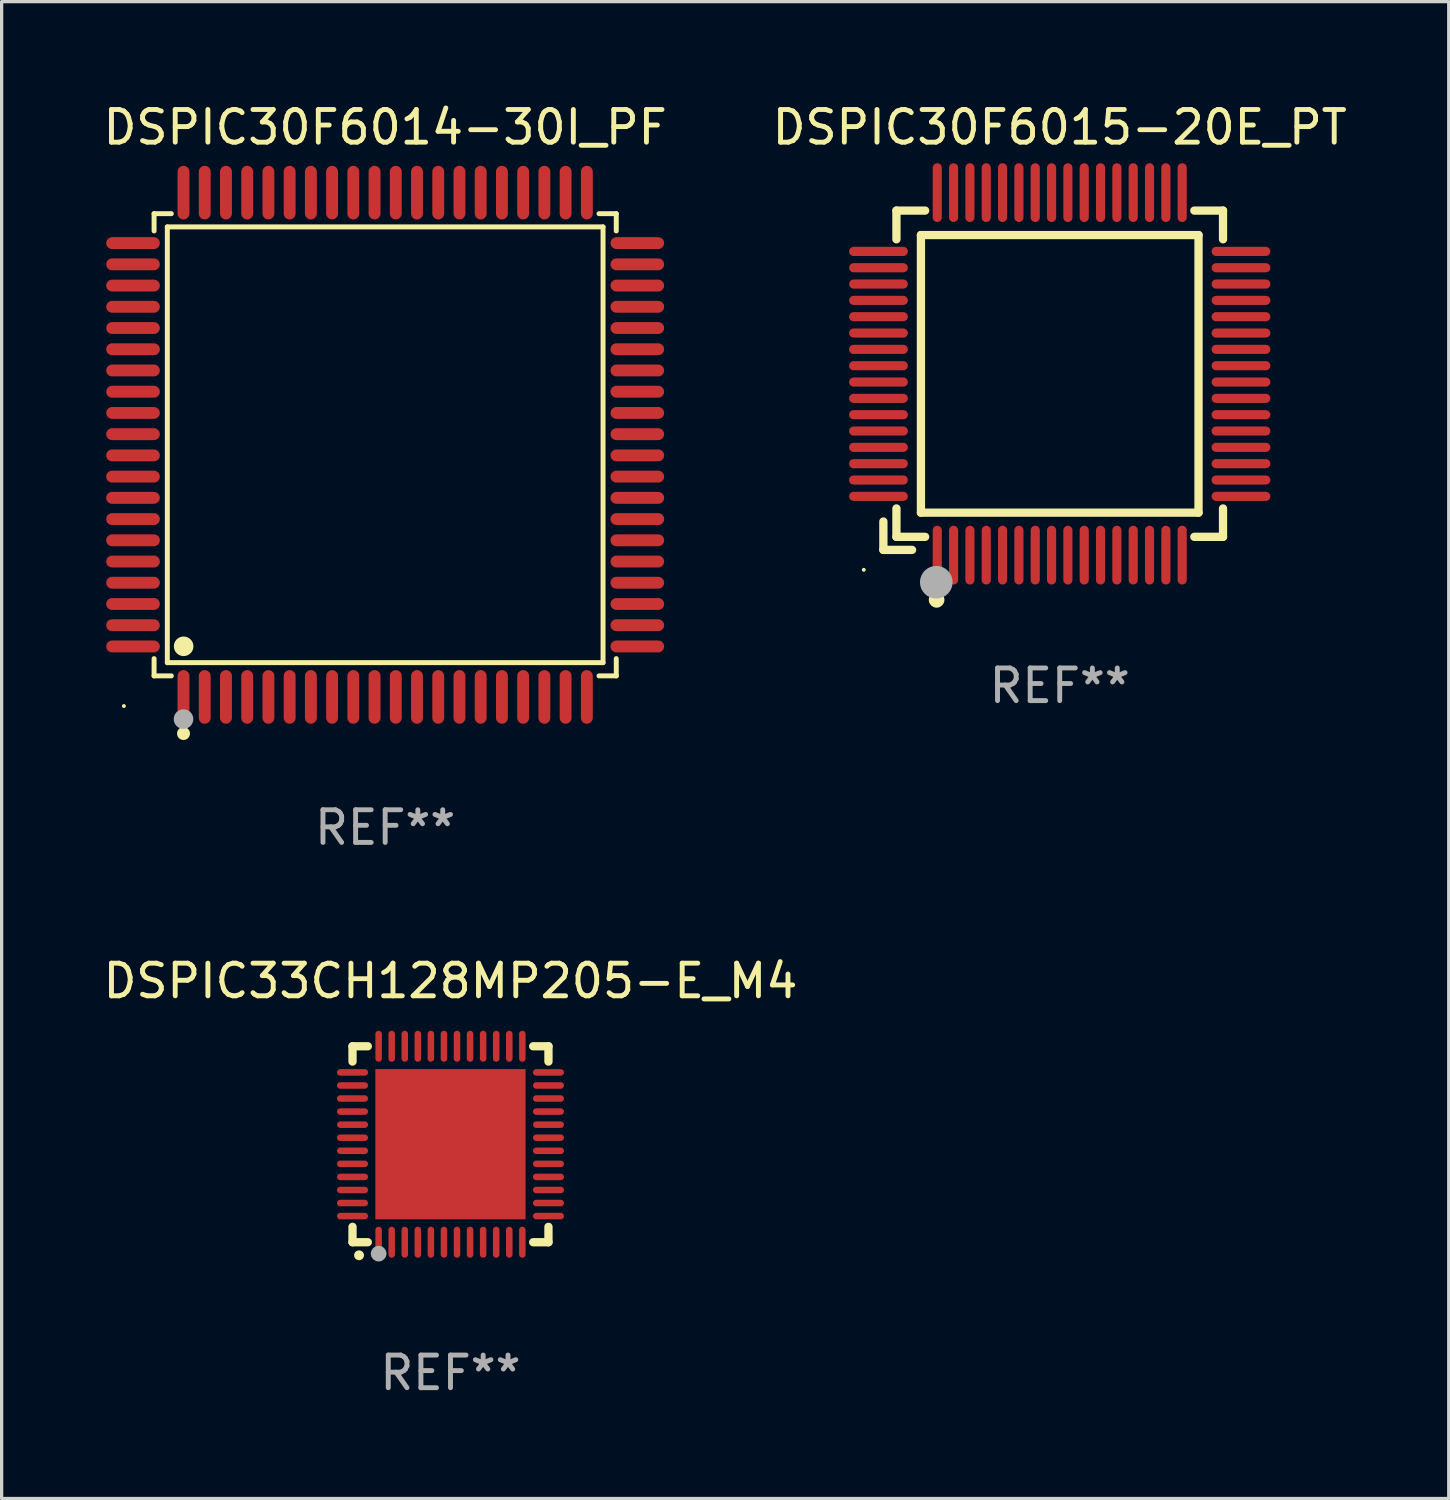
<source format=kicad_pcb>
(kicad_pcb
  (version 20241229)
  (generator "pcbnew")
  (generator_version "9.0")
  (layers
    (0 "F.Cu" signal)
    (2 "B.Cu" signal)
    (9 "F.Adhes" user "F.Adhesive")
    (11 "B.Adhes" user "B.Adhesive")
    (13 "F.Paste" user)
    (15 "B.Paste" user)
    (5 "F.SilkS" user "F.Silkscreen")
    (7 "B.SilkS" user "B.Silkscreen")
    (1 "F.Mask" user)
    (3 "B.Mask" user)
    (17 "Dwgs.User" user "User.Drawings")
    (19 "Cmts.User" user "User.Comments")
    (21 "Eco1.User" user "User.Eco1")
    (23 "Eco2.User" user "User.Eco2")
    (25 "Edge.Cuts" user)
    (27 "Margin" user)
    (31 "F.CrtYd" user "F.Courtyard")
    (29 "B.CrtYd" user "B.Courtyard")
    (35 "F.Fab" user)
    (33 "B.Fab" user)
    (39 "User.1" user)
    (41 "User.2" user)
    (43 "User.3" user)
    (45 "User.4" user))
  (footprint "DSPIC33CH128MP205-E_M4"
    (layer "F.Cu")
    (at 10.744 31.987)
    (property "Reference" "DSPIC33CH128MP205-E_M4" (at 0 -5 0) (layer "F.SilkS") (effects (font (size 1 1) (thickness 0.15))))
    (attr through_hole)
    (fp_line (start -3 -3) (end -2.532 -3) (stroke (width 0.254) (type solid)) (layer "F.SilkS"))
    (fp_line (start -3 -2.532) (end -3 -3) (stroke (width 0.254) (type solid)) (layer "F.SilkS"))
    (fp_line (start -3 3) (end -3 2.529) (stroke (width 0.254) (type solid)) (layer "F.SilkS"))
    (fp_line (start -2.532 3) (end -3 3) (stroke (width 0.254) (type solid)) (layer "F.SilkS"))
    (fp_line (start 2.532 -3) (end 3 -3) (stroke (width 0.254) (type solid)) (layer "F.SilkS"))
    (fp_line (start 3 -3) (end 3 -2.532) (stroke (width 0.254) (type solid)) (layer "F.SilkS"))
    (fp_line (start 3 2.529) (end 3 3) (stroke (width 0.254) (type solid)) (layer "F.SilkS"))
    (fp_line (start 3 3) (end 2.532 3) (stroke (width 0.254) (type solid)) (layer "F.SilkS"))
    (fp_arc (start -2.801295 3.400025) (mid -2.800025 3.40002) (end -2.798755 3.400025) (stroke (width 0.3) (type solid)) (layer "F.SilkS"))
    (fp_circle (center -3 3) (end -2.97 3) (stroke (width 0.06) (type solid)) (fill no) (layer "F.SilkS"))
    (fp_circle (center -2.2 3.35) (end -2.08 3.35) (stroke (width 0.24) (type solid)) (fill no) (layer "F.Fab"))
    (fp_text user "REF**" (at 0 7 0) (layer "F.Fab") (effects (font (size 1 1) (thickness 0.15))))
    (pad "1" smd oval (at -2.2 3) (size 0.2 0.95) (layers "F.Cu" "F.Mask" "F.Paste"))
    (pad "2" smd oval (at -1.8 3) (size 0.2 0.95) (layers "F.Cu" "F.Mask" "F.Paste"))
    (pad "3" smd oval (at -1.4 3) (size 0.2 0.95) (layers "F.Cu" "F.Mask" "F.Paste"))
    (pad "4" smd oval (at -1 3) (size 0.2 0.95) (layers "F.Cu" "F.Mask" "F.Paste"))
    (pad "5" smd oval (at -0.6 3) (size 0.2 0.95) (layers "F.Cu" "F.Mask" "F.Paste"))
    (pad "6" smd oval (at -0.2 3) (size 0.2 0.95) (layers "F.Cu" "F.Mask" "F.Paste"))
    (pad "7" smd oval (at 0.2 3) (size 0.2 0.95) (layers "F.Cu" "F.Mask" "F.Paste"))
    (pad "8" smd oval (at 0.6 3) (size 0.2 0.95) (layers "F.Cu" "F.Mask" "F.Paste"))
    (pad "9" smd oval (at 1 3) (size 0.2 0.95) (layers "F.Cu" "F.Mask" "F.Paste"))
    (pad "10" smd oval (at 1.4 3) (size 0.2 0.95) (layers "F.Cu" "F.Mask" "F.Paste"))
    (pad "11" smd oval (at 1.8 3) (size 0.2 0.95) (layers "F.Cu" "F.Mask" "F.Paste"))
    (pad "12" smd oval (at 2.2 3) (size 0.2 0.95) (layers "F.Cu" "F.Mask" "F.Paste"))
    (pad "13" smd oval (at 3 2.2 90) (size 0.2 0.95) (layers "F.Cu" "F.Mask" "F.Paste"))
    (pad "14" smd oval (at 3 1.8 90) (size 0.2 0.95) (layers "F.Cu" "F.Mask" "F.Paste"))
    (pad "15" smd oval (at 3 1.4 90) (size 0.2 0.95) (layers "F.Cu" "F.Mask" "F.Paste"))
    (pad "16" smd oval (at 3 1 90) (size 0.2 0.95) (layers "F.Cu" "F.Mask" "F.Paste"))
    (pad "17" smd oval (at 3 0.6 90) (size 0.2 0.95) (layers "F.Cu" "F.Mask" "F.Paste"))
    (pad "18" smd oval (at 3 0.2 90) (size 0.2 0.95) (layers "F.Cu" "F.Mask" "F.Paste"))
    (pad "19" smd oval (at 3 -0.2 90) (size 0.2 0.95) (layers "F.Cu" "F.Mask" "F.Paste"))
    (pad "20" smd oval (at 3 -0.6 90) (size 0.2 0.95) (layers "F.Cu" "F.Mask" "F.Paste"))
    (pad "21" smd oval (at 3 -1 90) (size 0.2 0.95) (layers "F.Cu" "F.Mask" "F.Paste"))
    (pad "22" smd oval (at 3 -1.4 90) (size 0.2 0.95) (layers "F.Cu" "F.Mask" "F.Paste"))
    (pad "23" smd oval (at 3 -1.8 90) (size 0.2 0.95) (layers "F.Cu" "F.Mask" "F.Paste"))
    (pad "24" smd oval (at 3 -2.2 90) (size 0.2 0.95) (layers "F.Cu" "F.Mask" "F.Paste"))
    (pad "25" smd oval (at 2.2 -3 180) (size 0.2 0.95) (layers "F.Cu" "F.Mask" "F.Paste"))
    (pad "26" smd oval (at 1.8 -3 180) (size 0.2 0.95) (layers "F.Cu" "F.Mask" "F.Paste"))
    (pad "27" smd oval (at 1.4 -3 180) (size 0.2 0.95) (layers "F.Cu" "F.Mask" "F.Paste"))
    (pad "28" smd oval (at 1 -3 180) (size 0.2 0.95) (layers "F.Cu" "F.Mask" "F.Paste"))
    (pad "29" smd oval (at 0.6 -3 180) (size 0.2 0.95) (layers "F.Cu" "F.Mask" "F.Paste"))
    (pad "30" smd oval (at 0.2 -3 180) (size 0.2 0.95) (layers "F.Cu" "F.Mask" "F.Paste"))
    (pad "31" smd oval (at -0.2 -3 180) (size 0.2 0.95) (layers "F.Cu" "F.Mask" "F.Paste"))
    (pad "32" smd oval (at -0.6 -3 180) (size 0.2 0.95) (layers "F.Cu" "F.Mask" "F.Paste"))
    (pad "33" smd oval (at -1 -3 180) (size 0.2 0.95) (layers "F.Cu" "F.Mask" "F.Paste"))
    (pad "34" smd oval (at -1.4 -3 180) (size 0.2 0.95) (layers "F.Cu" "F.Mask" "F.Paste"))
    (pad "35" smd oval (at -1.8 -3 180) (size 0.2 0.95) (layers "F.Cu" "F.Mask" "F.Paste"))
    (pad "36" smd oval (at -2.2 -3 180) (size 0.2 0.95) (layers "F.Cu" "F.Mask" "F.Paste"))
    (pad "37" smd oval (at -3 -2.2 270) (size 0.2 0.95) (layers "F.Cu" "F.Mask" "F.Paste"))
    (pad "38" smd oval (at -3 -1.8 270) (size 0.2 0.95) (layers "F.Cu" "F.Mask" "F.Paste"))
    (pad "39" smd oval (at -3 -1.4 270) (size 0.2 0.95) (layers "F.Cu" "F.Mask" "F.Paste"))
    (pad "40" smd oval (at -3 -1 270) (size 0.2 0.95) (layers "F.Cu" "F.Mask" "F.Paste"))
    (pad "41" smd oval (at -3 -0.6 270) (size 0.2 0.95) (layers "F.Cu" "F.Mask" "F.Paste"))
    (pad "42" smd oval (at -3 -0.2 270) (size 0.2 0.95) (layers "F.Cu" "F.Mask" "F.Paste"))
    (pad "43" smd oval (at -3 0.2 270) (size 0.2 0.95) (layers "F.Cu" "F.Mask" "F.Paste"))
    (pad "44" smd oval (at -3 0.6 270) (size 0.2 0.95) (layers "F.Cu" "F.Mask" "F.Paste"))
    (pad "45" smd oval (at -3 1 270) (size 0.2 0.95) (layers "F.Cu" "F.Mask" "F.Paste"))
    (pad "46" smd oval (at -3 1.4 270) (size 0.2 0.95) (layers "F.Cu" "F.Mask" "F.Paste"))
    (pad "47" smd oval (at -3 1.8 270) (size 0.2 0.95) (layers "F.Cu" "F.Mask" "F.Paste"))
    (pad "48" smd oval (at -3 2.2 270) (size 0.2 0.95) (layers "F.Cu" "F.Mask" "F.Paste"))
    (pad "49" smd rect (at -0.001 -0.001 180) (size 4.6 4.6) (layers "F.Cu" "F.Mask" "F.Paste")))
  (footprint "DSPIC30F6014-30I_PF"
    (layer "F.Cu")
    (at 8.744 10.569)
    (property "Reference" "DSPIC30F6014-30I_PF" (at 0 -9.721 0) (layer "F.SilkS") (effects (font (size 1 1) (thickness 0.15))))
    (attr through_hole)
    (fp_line (start -7.076 -7.076) (end -6.548 -7.076) (stroke (width 0.152) (type solid)) (layer "F.SilkS"))
    (fp_line (start -7.076 -6.548) (end -7.076 -7.076) (stroke (width 0.152) (type solid)) (layer "F.SilkS"))
    (fp_line (start -7.076 6.548) (end -7.076 7.076) (stroke (width 0.152) (type solid)) (layer "F.SilkS"))
    (fp_line (start -7.076 7.076) (end -6.548 7.076) (stroke (width 0.152) (type solid)) (layer "F.SilkS"))
    (fp_line (start -6.671 -6.671) (end 6.671 -6.671) (stroke (width 0.152) (type solid)) (layer "F.SilkS"))
    (fp_line (start -6.671 6.671) (end -6.671 -6.671) (stroke (width 0.152) (type solid)) (layer "F.SilkS"))
    (fp_line (start 6.671 -6.671) (end 6.671 6.671) (stroke (width 0.152) (type solid)) (layer "F.SilkS"))
    (fp_line (start 6.671 6.671) (end -6.671 6.671) (stroke (width 0.152) (type solid)) (layer "F.SilkS"))
    (fp_line (start 7.076 -7.076) (end 6.548 -7.076) (stroke (width 0.152) (type solid)) (layer "F.SilkS"))
    (fp_line (start 7.076 -6.548) (end 7.076 -7.076) (stroke (width 0.152) (type solid)) (layer "F.SilkS"))
    (fp_line (start 7.076 6.548) (end 7.076 7.076) (stroke (width 0.152) (type solid)) (layer "F.SilkS"))
    (fp_line (start 7.076 7.076) (end 6.548 7.076) (stroke (width 0.152) (type solid)) (layer "F.SilkS"))
    (fp_circle (center -8 8) (end -7.97 8) (stroke (width 0.06) (type solid)) (fill no) (layer "F.SilkS"))
    (fp_circle (center -6.175 8.842) (end -6.075 8.842) (stroke (width 0.2) (type solid)) (fill no) (layer "F.SilkS"))
    (fp_circle (center -6.171 6.171) (end -6.021 6.171) (stroke (width 0.3) (type solid)) (fill no) (layer "F.SilkS"))
    (fp_circle (center -6.175 8.4) (end -6.025 8.4) (stroke (width 0.3) (type solid)) (fill no) (layer "F.Fab"))
    (fp_text user "REF**" (at 0 11.721 0) (layer "F.Fab") (effects (font (size 1 1) (thickness 0.15))))
    (pad "1" smd oval (at -6.175 7.721) (size 0.364 1.642) (layers "F.Cu" "F.Mask" "F.Paste"))
    (pad "2" smd oval (at -5.525 7.721) (size 0.364 1.642) (layers "F.Cu" "F.Mask" "F.Paste"))
    (pad "3" smd oval (at -4.875 7.721) (size 0.364 1.642) (layers "F.Cu" "F.Mask" "F.Paste"))
    (pad "4" smd oval (at -4.225 7.721) (size 0.364 1.642) (layers "F.Cu" "F.Mask" "F.Paste"))
    (pad "5" smd oval (at -3.575 7.721) (size 0.364 1.642) (layers "F.Cu" "F.Mask" "F.Paste"))
    (pad "6" smd oval (at -2.925 7.721) (size 0.364 1.642) (layers "F.Cu" "F.Mask" "F.Paste"))
    (pad "7" smd oval (at -2.275 7.721) (size 0.364 1.642) (layers "F.Cu" "F.Mask" "F.Paste"))
    (pad "8" smd oval (at -1.625 7.721) (size 0.364 1.642) (layers "F.Cu" "F.Mask" "F.Paste"))
    (pad "9" smd oval (at -0.975 7.721) (size 0.364 1.642) (layers "F.Cu" "F.Mask" "F.Paste"))
    (pad "10" smd oval (at -0.325 7.721) (size 0.364 1.642) (layers "F.Cu" "F.Mask" "F.Paste"))
    (pad "11" smd oval (at 0.325 7.721) (size 0.364 1.642) (layers "F.Cu" "F.Mask" "F.Paste"))
    (pad "12" smd oval (at 0.975 7.721) (size 0.364 1.642) (layers "F.Cu" "F.Mask" "F.Paste"))
    (pad "13" smd oval (at 1.625 7.721) (size 0.364 1.642) (layers "F.Cu" "F.Mask" "F.Paste"))
    (pad "14" smd oval (at 2.275 7.721) (size 0.364 1.642) (layers "F.Cu" "F.Mask" "F.Paste"))
    (pad "15" smd oval (at 2.925 7.721) (size 0.364 1.642) (layers "F.Cu" "F.Mask" "F.Paste"))
    (pad "16" smd oval (at 3.575 7.721) (size 0.364 1.642) (layers "F.Cu" "F.Mask" "F.Paste"))
    (pad "17" smd oval (at 4.225 7.721) (size 0.364 1.642) (layers "F.Cu" "F.Mask" "F.Paste"))
    (pad "18" smd oval (at 4.875 7.721) (size 0.364 1.642) (layers "F.Cu" "F.Mask" "F.Paste"))
    (pad "19" smd oval (at 5.525 7.721) (size 0.364 1.642) (layers "F.Cu" "F.Mask" "F.Paste"))
    (pad "20" smd oval (at 6.175 7.721) (size 0.364 1.642) (layers "F.Cu" "F.Mask" "F.Paste"))
    (pad "21" smd oval (at 7.721 6.175) (size 1.642 0.364) (layers "F.Cu" "F.Mask" "F.Paste"))
    (pad "22" smd oval (at 7.721 5.525) (size 1.642 0.364) (layers "F.Cu" "F.Mask" "F.Paste"))
    (pad "23" smd oval (at 7.721 4.875) (size 1.642 0.364) (layers "F.Cu" "F.Mask" "F.Paste"))
    (pad "24" smd oval (at 7.721 4.225) (size 1.642 0.364) (layers "F.Cu" "F.Mask" "F.Paste"))
    (pad "25" smd oval (at 7.721 3.575) (size 1.642 0.364) (layers "F.Cu" "F.Mask" "F.Paste"))
    (pad "26" smd oval (at 7.721 2.925) (size 1.642 0.364) (layers "F.Cu" "F.Mask" "F.Paste"))
    (pad "27" smd oval (at 7.721 2.275) (size 1.642 0.364) (layers "F.Cu" "F.Mask" "F.Paste"))
    (pad "28" smd oval (at 7.721 1.625) (size 1.642 0.364) (layers "F.Cu" "F.Mask" "F.Paste"))
    (pad "29" smd oval (at 7.721 0.975) (size 1.642 0.364) (layers "F.Cu" "F.Mask" "F.Paste"))
    (pad "30" smd oval (at 7.721 0.325) (size 1.642 0.364) (layers "F.Cu" "F.Mask" "F.Paste"))
    (pad "31" smd oval (at 7.721 -0.325) (size 1.642 0.364) (layers "F.Cu" "F.Mask" "F.Paste"))
    (pad "32" smd oval (at 7.721 -0.975) (size 1.642 0.364) (layers "F.Cu" "F.Mask" "F.Paste"))
    (pad "33" smd oval (at 7.721 -1.625) (size 1.642 0.364) (layers "F.Cu" "F.Mask" "F.Paste"))
    (pad "34" smd oval (at 7.721 -2.275) (size 1.642 0.364) (layers "F.Cu" "F.Mask" "F.Paste"))
    (pad "35" smd oval (at 7.721 -2.925) (size 1.642 0.364) (layers "F.Cu" "F.Mask" "F.Paste"))
    (pad "36" smd oval (at 7.721 -3.575) (size 1.642 0.364) (layers "F.Cu" "F.Mask" "F.Paste"))
    (pad "37" smd oval (at 7.721 -4.225) (size 1.642 0.364) (layers "F.Cu" "F.Mask" "F.Paste"))
    (pad "38" smd oval (at 7.721 -4.875) (size 1.642 0.364) (layers "F.Cu" "F.Mask" "F.Paste"))
    (pad "39" smd oval (at 7.721 -5.525) (size 1.642 0.364) (layers "F.Cu" "F.Mask" "F.Paste"))
    (pad "40" smd oval (at 7.721 -6.175) (size 1.642 0.364) (layers "F.Cu" "F.Mask" "F.Paste"))
    (pad "41" smd oval (at 6.175 -7.721) (size 0.364 1.642) (layers "F.Cu" "F.Mask" "F.Paste"))
    (pad "42" smd oval (at 5.525 -7.721) (size 0.364 1.642) (layers "F.Cu" "F.Mask" "F.Paste"))
    (pad "43" smd oval (at 4.875 -7.721) (size 0.364 1.642) (layers "F.Cu" "F.Mask" "F.Paste"))
    (pad "44" smd oval (at 4.225 -7.721) (size 0.364 1.642) (layers "F.Cu" "F.Mask" "F.Paste"))
    (pad "45" smd oval (at 3.575 -7.721) (size 0.364 1.642) (layers "F.Cu" "F.Mask" "F.Paste"))
    (pad "46" smd oval (at 2.925 -7.721) (size 0.364 1.642) (layers "F.Cu" "F.Mask" "F.Paste"))
    (pad "47" smd oval (at 2.275 -7.721) (size 0.364 1.642) (layers "F.Cu" "F.Mask" "F.Paste"))
    (pad "48" smd oval (at 1.625 -7.721) (size 0.364 1.642) (layers "F.Cu" "F.Mask" "F.Paste"))
    (pad "49" smd oval (at 0.975 -7.721) (size 0.364 1.642) (layers "F.Cu" "F.Mask" "F.Paste"))
    (pad "50" smd oval (at 0.325 -7.721) (size 0.364 1.642) (layers "F.Cu" "F.Mask" "F.Paste"))
    (pad "51" smd oval (at -0.325 -7.721) (size 0.364 1.642) (layers "F.Cu" "F.Mask" "F.Paste"))
    (pad "52" smd oval (at -0.975 -7.721) (size 0.364 1.642) (layers "F.Cu" "F.Mask" "F.Paste"))
    (pad "53" smd oval (at -1.625 -7.721) (size 0.364 1.642) (layers "F.Cu" "F.Mask" "F.Paste"))
    (pad "54" smd oval (at -2.275 -7.721) (size 0.364 1.642) (layers "F.Cu" "F.Mask" "F.Paste"))
    (pad "55" smd oval (at -2.925 -7.721) (size 0.364 1.642) (layers "F.Cu" "F.Mask" "F.Paste"))
    (pad "56" smd oval (at -3.575 -7.721) (size 0.364 1.642) (layers "F.Cu" "F.Mask" "F.Paste"))
    (pad "57" smd oval (at -4.225 -7.721) (size 0.364 1.642) (layers "F.Cu" "F.Mask" "F.Paste"))
    (pad "58" smd oval (at -4.875 -7.721) (size 0.364 1.642) (layers "F.Cu" "F.Mask" "F.Paste"))
    (pad "59" smd oval (at -5.525 -7.721) (size 0.364 1.642) (layers "F.Cu" "F.Mask" "F.Paste"))
    (pad "60" smd oval (at -6.175 -7.721) (size 0.364 1.642) (layers "F.Cu" "F.Mask" "F.Paste"))
    (pad "61" smd oval (at -7.721 -6.175) (size 1.642 0.364) (layers "F.Cu" "F.Mask" "F.Paste"))
    (pad "62" smd oval (at -7.721 -5.525) (size 1.642 0.364) (layers "F.Cu" "F.Mask" "F.Paste"))
    (pad "63" smd oval (at -7.721 -4.875) (size 1.642 0.364) (layers "F.Cu" "F.Mask" "F.Paste"))
    (pad "64" smd oval (at -7.721 -4.225) (size 1.642 0.364) (layers "F.Cu" "F.Mask" "F.Paste"))
    (pad "65" smd oval (at -7.721 -3.575) (size 1.642 0.364) (layers "F.Cu" "F.Mask" "F.Paste"))
    (pad "66" smd oval (at -7.721 -2.925) (size 1.642 0.364) (layers "F.Cu" "F.Mask" "F.Paste"))
    (pad "67" smd oval (at -7.721 -2.275) (size 1.642 0.364) (layers "F.Cu" "F.Mask" "F.Paste"))
    (pad "68" smd oval (at -7.721 -1.625) (size 1.642 0.364) (layers "F.Cu" "F.Mask" "F.Paste"))
    (pad "69" smd oval (at -7.721 -0.975) (size 1.642 0.364) (layers "F.Cu" "F.Mask" "F.Paste"))
    (pad "70" smd oval (at -7.721 -0.325) (size 1.642 0.364) (layers "F.Cu" "F.Mask" "F.Paste"))
    (pad "71" smd oval (at -7.721 0.325) (size 1.642 0.364) (layers "F.Cu" "F.Mask" "F.Paste"))
    (pad "72" smd oval (at -7.721 0.975) (size 1.642 0.364) (layers "F.Cu" "F.Mask" "F.Paste"))
    (pad "73" smd oval (at -7.721 1.625) (size 1.642 0.364) (layers "F.Cu" "F.Mask" "F.Paste"))
    (pad "74" smd oval (at -7.721 2.275) (size 1.642 0.364) (layers "F.Cu" "F.Mask" "F.Paste"))
    (pad "75" smd oval (at -7.721 2.925) (size 1.642 0.364) (layers "F.Cu" "F.Mask" "F.Paste"))
    (pad "76" smd oval (at -7.721 3.575) (size 1.642 0.364) (layers "F.Cu" "F.Mask" "F.Paste"))
    (pad "77" smd oval (at -7.721 4.225) (size 1.642 0.364) (layers "F.Cu" "F.Mask" "F.Paste"))
    (pad "78" smd oval (at -7.721 4.875) (size 1.642 0.364) (layers "F.Cu" "F.Mask" "F.Paste"))
    (pad "79" smd oval (at -7.721 5.525) (size 1.642 0.364) (layers "F.Cu" "F.Mask" "F.Paste"))
    (pad "80" smd oval (at -7.721 6.175) (size 1.642 0.364) (layers "F.Cu" "F.Mask" "F.Paste")))
  (footprint "DSPIC30F6015-20E_PT"
    (layer "F.Cu")
    (at 29.399 8.398)
    (property "Reference" "DSPIC30F6015-20E_PT" (at 0 -7.55 0) (layer "F.SilkS") (effects (font (size 1 1) (thickness 0.15))))
    (attr through_hole)
    (fp_line (start -5.4 4.521) (end -5.4 5.39) (stroke (width 0.254) (type solid)) (layer "F.SilkS"))
    (fp_line (start -5.4 5.39) (end -4.521 5.39) (stroke (width 0.254) (type solid)) (layer "F.SilkS"))
    (fp_line (start -5 -5) (end -5 -4.121) (stroke (width 0.254) (type solid)) (layer "F.SilkS"))
    (fp_line (start -5 4.121) (end -5 4.99) (stroke (width 0.254) (type solid)) (layer "F.SilkS"))
    (fp_line (start -5 4.99) (end -4.121 4.99) (stroke (width 0.254) (type solid)) (layer "F.SilkS"))
    (fp_line (start -4.25 -4.25) (end -4.25 4.25) (stroke (width 0.254) (type solid)) (layer "F.SilkS"))
    (fp_line (start -4.25 4.25) (end 4.25 4.25) (stroke (width 0.254) (type solid)) (layer "F.SilkS"))
    (fp_line (start -4.121 -5) (end -5 -5) (stroke (width 0.254) (type solid)) (layer "F.SilkS"))
    (fp_line (start 4.121 4.99) (end 5 4.99) (stroke (width 0.254) (type solid)) (layer "F.SilkS"))
    (fp_line (start 4.25 -4.25) (end -4.25 -4.25) (stroke (width 0.254) (type solid)) (layer "F.SilkS"))
    (fp_line (start 4.25 4.25) (end 4.25 -4.25) (stroke (width 0.254) (type solid)) (layer "F.SilkS"))
    (fp_line (start 5 -5) (end 4.121 -5) (stroke (width 0.254) (type solid)) (layer "F.SilkS"))
    (fp_line (start 5 -4.121) (end 5 -5) (stroke (width 0.254) (type solid)) (layer "F.SilkS"))
    (fp_line (start 5 4.99) (end 5 4.121) (stroke (width 0.254) (type solid)) (layer "F.SilkS"))
    (fp_circle (center -6 6) (end -5.97 6) (stroke (width 0.06) (type solid)) (fill no) (layer "F.SilkS"))
    (fp_circle (center -3.77 6.92) (end -3.65 6.92) (stroke (width 0.24) (type solid)) (fill no) (layer "F.SilkS"))
    (fp_circle (center -3.78 6.38) (end -3.53 6.38) (stroke (width 0.5) (type solid)) (fill no) (layer "F.Fab"))
    (fp_text user "REF**" (at 0 9.55 0) (layer "F.Fab") (effects (font (size 1 1) (thickness 0.15))))
    (pad "1" smd oval (at -3.75 5.55) (size 0.28 1.8) (layers "F.Cu" "F.Mask" "F.Paste"))
    (pad "2" smd oval (at -3.25 5.55) (size 0.28 1.8) (layers "F.Cu" "F.Mask" "F.Paste"))
    (pad "3" smd oval (at -2.75 5.55) (size 0.28 1.8) (layers "F.Cu" "F.Mask" "F.Paste"))
    (pad "4" smd oval (at -2.25 5.55) (size 0.28 1.8) (layers "F.Cu" "F.Mask" "F.Paste"))
    (pad "5" smd oval (at -1.75 5.55) (size 0.28 1.8) (layers "F.Cu" "F.Mask" "F.Paste"))
    (pad "6" smd oval (at -1.25 5.55) (size 0.28 1.8) (layers "F.Cu" "F.Mask" "F.Paste"))
    (pad "7" smd oval (at -0.75 5.55) (size 0.28 1.8) (layers "F.Cu" "F.Mask" "F.Paste"))
    (pad "8" smd oval (at -0.25 5.55) (size 0.28 1.8) (layers "F.Cu" "F.Mask" "F.Paste"))
    (pad "9" smd oval (at 0.25 5.55) (size 0.28 1.8) (layers "F.Cu" "F.Mask" "F.Paste"))
    (pad "10" smd oval (at 0.75 5.55) (size 0.28 1.8) (layers "F.Cu" "F.Mask" "F.Paste"))
    (pad "11" smd oval (at 1.25 5.55) (size 0.28 1.8) (layers "F.Cu" "F.Mask" "F.Paste"))
    (pad "12" smd oval (at 1.75 5.55) (size 0.28 1.8) (layers "F.Cu" "F.Mask" "F.Paste"))
    (pad "13" smd oval (at 2.25 5.55) (size 0.28 1.8) (layers "F.Cu" "F.Mask" "F.Paste"))
    (pad "14" smd oval (at 2.75 5.55) (size 0.28 1.8) (layers "F.Cu" "F.Mask" "F.Paste"))
    (pad "15" smd oval (at 3.25 5.55) (size 0.28 1.8) (layers "F.Cu" "F.Mask" "F.Paste"))
    (pad "16" smd oval (at 3.75 5.55) (size 0.28 1.8) (layers "F.Cu" "F.Mask" "F.Paste"))
    (pad "17" smd oval (at 5.55 3.75) (size 1.8 0.28) (layers "F.Cu" "F.Mask" "F.Paste"))
    (pad "18" smd oval (at 5.55 3.25) (size 1.8 0.28) (layers "F.Cu" "F.Mask" "F.Paste"))
    (pad "19" smd oval (at 5.55 2.75) (size 1.8 0.28) (layers "F.Cu" "F.Mask" "F.Paste"))
    (pad "20" smd oval (at 5.55 2.25) (size 1.8 0.28) (layers "F.Cu" "F.Mask" "F.Paste"))
    (pad "21" smd oval (at 5.55 1.75) (size 1.8 0.28) (layers "F.Cu" "F.Mask" "F.Paste"))
    (pad "22" smd oval (at 5.55 1.25) (size 1.8 0.28) (layers "F.Cu" "F.Mask" "F.Paste"))
    (pad "23" smd oval (at 5.55 0.75) (size 1.8 0.28) (layers "F.Cu" "F.Mask" "F.Paste"))
    (pad "24" smd oval (at 5.55 0.25) (size 1.8 0.28) (layers "F.Cu" "F.Mask" "F.Paste"))
    (pad "25" smd oval (at 5.55 -0.25) (size 1.8 0.28) (layers "F.Cu" "F.Mask" "F.Paste"))
    (pad "26" smd oval (at 5.55 -0.75) (size 1.8 0.28) (layers "F.Cu" "F.Mask" "F.Paste"))
    (pad "27" smd oval (at 5.55 -1.25) (size 1.8 0.28) (layers "F.Cu" "F.Mask" "F.Paste"))
    (pad "28" smd oval (at 5.55 -1.75) (size 1.8 0.28) (layers "F.Cu" "F.Mask" "F.Paste"))
    (pad "29" smd oval (at 5.55 -2.25) (size 1.8 0.28) (layers "F.Cu" "F.Mask" "F.Paste"))
    (pad "30" smd oval (at 5.55 -2.75) (size 1.8 0.28) (layers "F.Cu" "F.Mask" "F.Paste"))
    (pad "31" smd oval (at 5.55 -3.25) (size 1.8 0.28) (layers "F.Cu" "F.Mask" "F.Paste"))
    (pad "32" smd oval (at 5.55 -3.75) (size 1.8 0.28) (layers "F.Cu" "F.Mask" "F.Paste"))
    (pad "33" smd oval (at 3.75 -5.55) (size 0.28 1.8) (layers "F.Cu" "F.Mask" "F.Paste"))
    (pad "34" smd oval (at 3.25 -5.55) (size 0.28 1.8) (layers "F.Cu" "F.Mask" "F.Paste"))
    (pad "35" smd oval (at 2.75 -5.55) (size 0.28 1.8) (layers "F.Cu" "F.Mask" "F.Paste"))
    (pad "36" smd oval (at 2.25 -5.55) (size 0.28 1.8) (layers "F.Cu" "F.Mask" "F.Paste"))
    (pad "37" smd oval (at 1.75 -5.55) (size 0.28 1.8) (layers "F.Cu" "F.Mask" "F.Paste"))
    (pad "38" smd oval (at 1.25 -5.55) (size 0.28 1.8) (layers "F.Cu" "F.Mask" "F.Paste"))
    (pad "39" smd oval (at 0.75 -5.55) (size 0.28 1.8) (layers "F.Cu" "F.Mask" "F.Paste"))
    (pad "40" smd oval (at 0.25 -5.55) (size 0.28 1.8) (layers "F.Cu" "F.Mask" "F.Paste"))
    (pad "41" smd oval (at -0.25 -5.55) (size 0.28 1.8) (layers "F.Cu" "F.Mask" "F.Paste"))
    (pad "42" smd oval (at -0.75 -5.55) (size 0.28 1.8) (layers "F.Cu" "F.Mask" "F.Paste"))
    (pad "43" smd oval (at -1.25 -5.55) (size 0.28 1.8) (layers "F.Cu" "F.Mask" "F.Paste"))
    (pad "44" smd oval (at -1.75 -5.55) (size 0.28 1.8) (layers "F.Cu" "F.Mask" "F.Paste"))
    (pad "45" smd oval (at -2.25 -5.55) (size 0.28 1.8) (layers "F.Cu" "F.Mask" "F.Paste"))
    (pad "46" smd oval (at -2.75 -5.55) (size 0.28 1.8) (layers "F.Cu" "F.Mask" "F.Paste"))
    (pad "47" smd oval (at -3.25 -5.55) (size 0.28 1.8) (layers "F.Cu" "F.Mask" "F.Paste"))
    (pad "48" smd oval (at -3.75 -5.55) (size 0.28 1.8) (layers "F.Cu" "F.Mask" "F.Paste"))
    (pad "49" smd oval (at -5.55 -3.75) (size 1.8 0.28) (layers "F.Cu" "F.Mask" "F.Paste"))
    (pad "50" smd oval (at -5.55 -3.25) (size 1.8 0.28) (layers "F.Cu" "F.Mask" "F.Paste"))
    (pad "51" smd oval (at -5.55 -2.75) (size 1.8 0.28) (layers "F.Cu" "F.Mask" "F.Paste"))
    (pad "52" smd oval (at -5.55 -2.25) (size 1.8 0.28) (layers "F.Cu" "F.Mask" "F.Paste"))
    (pad "53" smd oval (at -5.55 -1.75) (size 1.8 0.28) (layers "F.Cu" "F.Mask" "F.Paste"))
    (pad "54" smd oval (at -5.55 -1.25) (size 1.8 0.28) (layers "F.Cu" "F.Mask" "F.Paste"))
    (pad "55" smd oval (at -5.55 -0.75) (size 1.8 0.28) (layers "F.Cu" "F.Mask" "F.Paste"))
    (pad "56" smd oval (at -5.55 -0.25) (size 1.8 0.28) (layers "F.Cu" "F.Mask" "F.Paste"))
    (pad "57" smd oval (at -5.55 0.25) (size 1.8 0.28) (layers "F.Cu" "F.Mask" "F.Paste"))
    (pad "58" smd oval (at -5.55 0.75) (size 1.8 0.28) (layers "F.Cu" "F.Mask" "F.Paste"))
    (pad "59" smd oval (at -5.55 1.25) (size 1.8 0.28) (layers "F.Cu" "F.Mask" "F.Paste"))
    (pad "60" smd oval (at -5.55 1.75) (size 1.8 0.28) (layers "F.Cu" "F.Mask" "F.Paste"))
    (pad "61" smd oval (at -5.55 2.25) (size 1.8 0.28) (layers "F.Cu" "F.Mask" "F.Paste"))
    (pad "62" smd oval (at -5.55 2.75) (size 1.8 0.28) (layers "F.Cu" "F.Mask" "F.Paste"))
    (pad "63" smd oval (at -5.55 3.25) (size 1.8 0.28) (layers "F.Cu" "F.Mask" "F.Paste"))
    (pad "64" smd oval (at -5.55 3.75) (size 1.8 0.28) (layers "F.Cu" "F.Mask" "F.Paste")))
  (gr_rect
    (start -3 -3)
    (end 41.31 42.835)
    (stroke (width 0.1) (type default))
    (fill no)
    (layer "Edge.Cuts")))
</source>
